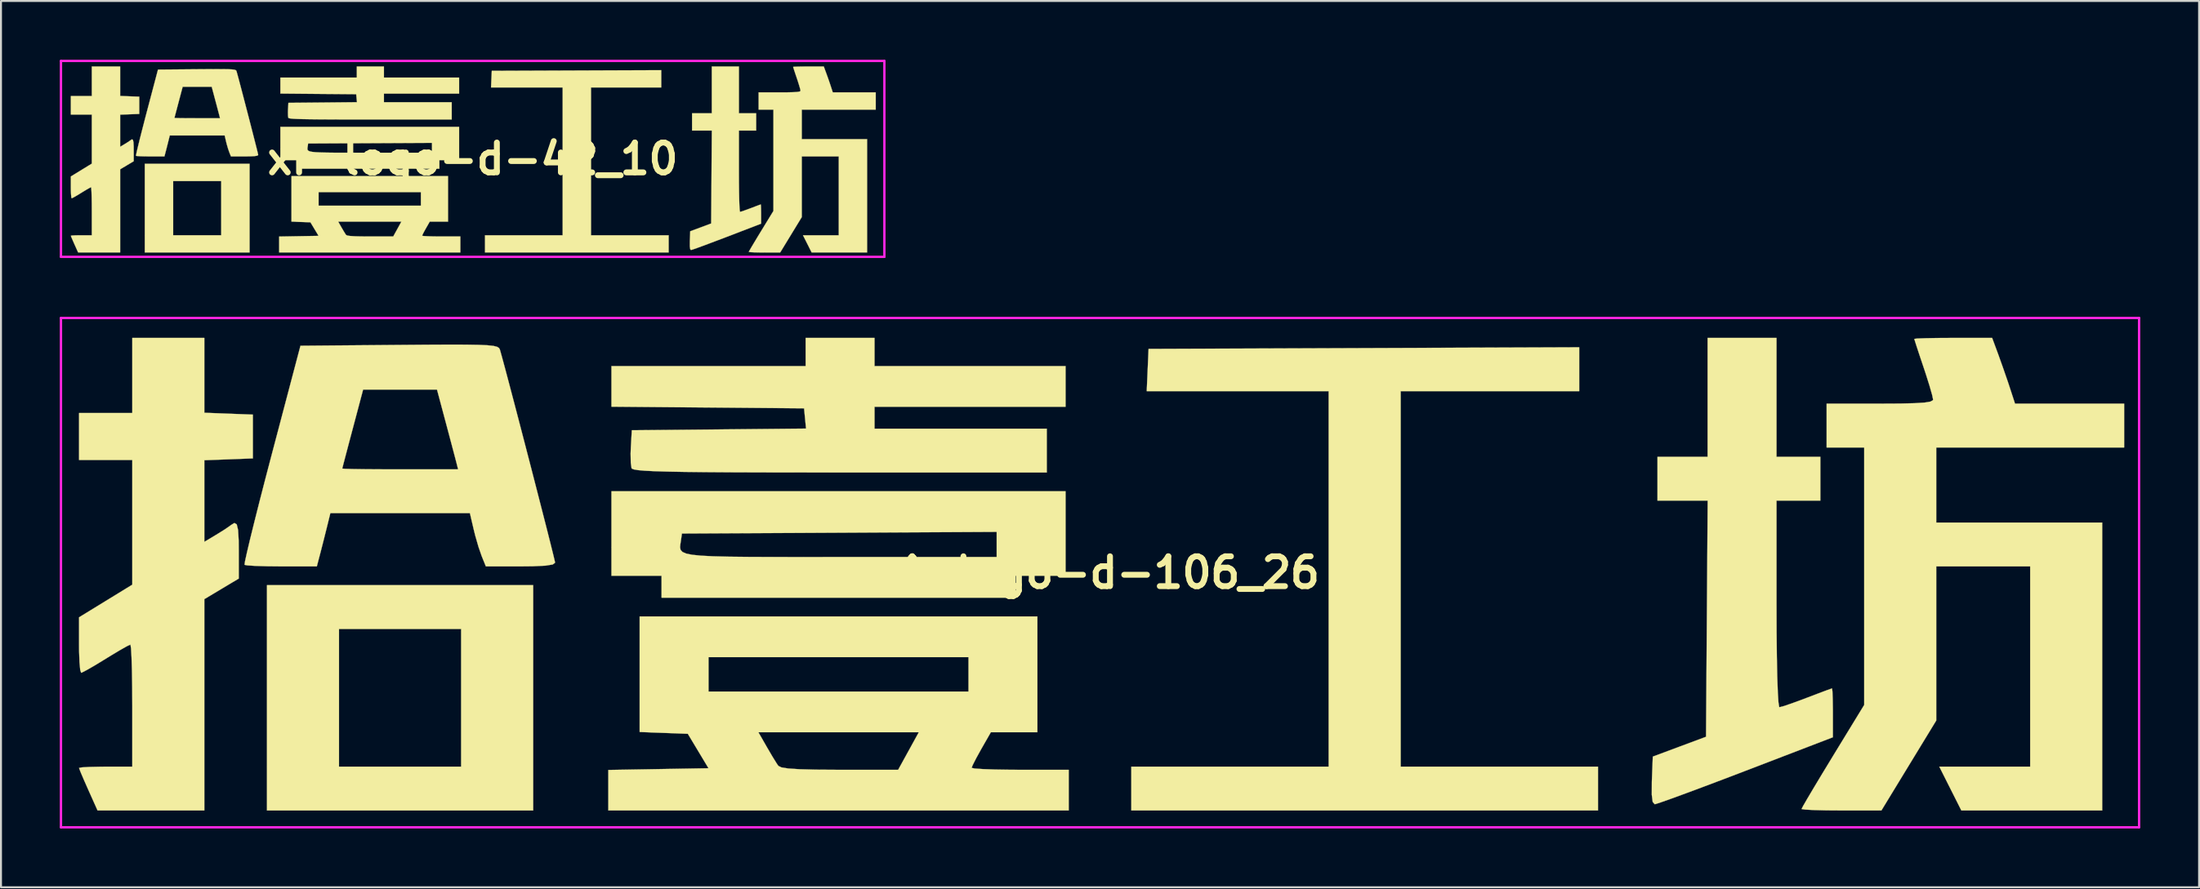
<source format=kicad_pcb>
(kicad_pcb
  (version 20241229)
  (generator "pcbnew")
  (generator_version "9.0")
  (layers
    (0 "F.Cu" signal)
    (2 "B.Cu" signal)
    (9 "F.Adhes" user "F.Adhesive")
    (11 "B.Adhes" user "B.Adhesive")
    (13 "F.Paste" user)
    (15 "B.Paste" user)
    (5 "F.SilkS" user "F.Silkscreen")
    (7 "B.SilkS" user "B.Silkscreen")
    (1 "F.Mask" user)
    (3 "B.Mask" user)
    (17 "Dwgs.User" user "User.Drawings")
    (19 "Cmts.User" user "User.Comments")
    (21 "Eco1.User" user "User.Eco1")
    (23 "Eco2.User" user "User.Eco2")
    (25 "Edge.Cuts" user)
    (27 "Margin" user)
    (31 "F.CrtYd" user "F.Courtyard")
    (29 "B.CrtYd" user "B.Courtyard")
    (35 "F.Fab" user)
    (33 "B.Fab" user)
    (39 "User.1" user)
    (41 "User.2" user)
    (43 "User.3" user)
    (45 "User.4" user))
  (footprint "xi-logo-d-106_26"
    (layer "F.Cu")
    (at 53.06 26.18)
    (property "Reference" "xi-logo-d-106_26" (at 0 0 0) (layer "F.SilkS") (effects (font (size 1.524 1.524) (thickness 0.3))))
    (attr through_hole)
    (fp_poly (pts (xy -28.914 12.141) (xy -42.493 12.141) (xy -42.493 2.875) (xy -38.819 2.875) (xy -38.819 9.904) (xy -32.589 9.904) (xy -32.589 2.875) (xy -38.819 2.875) (xy -42.493 2.875) (xy -42.493 0.639) (xy -28.914 0.639) (xy -28.914 12.141)) (stroke (width 0.01) (type solid)) (fill yes) (layer "F.SilkS"))
    (fp_poly (pts (xy 24.442 -9.265) (xy 15.336 -9.265) (xy 15.336 9.904) (xy 25.4 9.904) (xy 25.4 12.141) (xy 1.597 12.141) (xy 1.597 9.904) (xy 11.662 9.904) (xy 11.662 -9.265) (xy 2.382 -9.265) (xy 2.429 -10.344) (xy 2.476 -11.422) (xy 13.459 -11.463) (xy 24.442 -11.504) (xy 24.442 -9.265)) (stroke (width 0.01) (type solid)) (fill yes) (layer "F.SilkS"))
    (fp_poly (pts (xy -1.757 0.16) (xy -4.313 0.16) (xy -4.313 1.278) (xy -22.365 1.278) (xy -22.365 0.16) (xy -24.921 0.16) (xy -24.921 -1.287) (xy -21.421 -1.287) (xy -21.393 -1.159) (xy -21.298 -1.056) (xy -21.112 -0.974) (xy -20.809 -0.912) (xy -20.363 -0.867) (xy -19.75 -0.835) (xy -18.944 -0.815) (xy -17.921 -0.804) (xy -16.653 -0.799) (xy -15.118 -0.798) (xy -13.288 -0.799) (xy -5.272 -0.799) (xy -5.272 -2.08) (xy -13.299 -2.038) (xy -21.326 -1.997) (xy -21.379 -1.626) (xy -21.408 -1.442) (xy -21.421 -1.287) (xy -24.921 -1.287) (xy -24.921 -4.153) (xy -1.757 -4.153) (xy -1.757 0.16)) (stroke (width 0.01) (type solid)) (fill yes) (layer "F.SilkS"))
    (fp_poly (pts (xy -11.502 -10.543) (xy -1.757 -10.543) (xy -1.757 -8.467) (xy -11.502 -8.467) (xy -11.502 -7.348) (xy -2.716 -7.348) (xy -2.716 -5.112) (xy -13.264 -5.112) (xy -15.406 -5.113) (xy -17.249 -5.116) (xy -18.814 -5.121) (xy -20.123 -5.13) (xy -21.197 -5.142) (xy -22.057 -5.158) (xy -22.724 -5.178) (xy -23.218 -5.202) (xy -23.561 -5.232) (xy -23.775 -5.268) (xy -23.879 -5.309) (xy -23.896 -5.331) (xy -23.935 -5.607) (xy -23.944 -6.075) (xy -23.931 -6.409) (xy -23.882 -7.269) (xy -19.439 -7.311) (xy -14.996 -7.354) (xy -15.096 -8.387) (xy -24.921 -8.471) (xy -24.921 -10.543) (xy -15.016 -10.543) (xy -15.016 -11.981) (xy -11.502 -11.981) (xy -11.502 -10.543)) (stroke (width 0.01) (type solid)) (fill yes) (layer "F.SilkS"))
    (fp_poly (pts (xy -3.195 8.147) (xy -5.568 8.147) (xy -6.059 9.005) (xy -6.316 9.471) (xy -6.494 9.821) (xy -6.55 9.964) (xy -6.399 9.998) (xy -5.983 10.027) (xy -5.356 10.05) (xy -4.573 10.062) (xy -4.074 10.064) (xy -1.597 10.064) (xy -1.597 12.141) (xy -25.081 12.141) (xy -25.081 10.072) (xy -22.526 10.028) (xy -19.971 9.984) (xy -20.498 9.106) (xy -21.026 8.227) (xy -22.254 8.18) (xy -23.129 8.147) (xy -17.426 8.147) (xy -16.992 8.906) (xy -16.721 9.37) (xy -16.495 9.735) (xy -16.407 9.864) (xy -16.253 9.941) (xy -15.904 9.997) (xy -15.328 10.035) (xy -14.496 10.057) (xy -13.377 10.064) (xy -13.276 10.064) (xy -10.298 10.064) (xy -9.771 9.106) (xy -9.244 8.147) (xy -17.426 8.147) (xy -23.129 8.147) (xy -23.483 8.134) (xy -23.483 4.313) (xy -19.969 4.313) (xy -19.969 6.07) (xy -6.709 6.07) (xy -6.709 4.313) (xy -19.969 4.313) (xy -23.483 4.313) (xy -23.483 2.236) (xy -3.195 2.236) (xy -3.195 8.147)) (stroke (width 0.01) (type solid)) (fill yes) (layer "F.SilkS"))
    (fp_poly (pts (xy 34.506 -5.911) (xy 36.742 -5.911) (xy 36.742 -3.674) (xy 34.506 -3.674) (xy 34.506 1.597) (xy 34.51 3.025) (xy 34.523 4.266) (xy 34.543 5.294) (xy 34.571 6.085) (xy 34.604 6.615) (xy 34.643 6.856) (xy 34.655 6.869) (xy 34.865 6.815) (xy 35.291 6.671) (xy 35.855 6.464) (xy 36.049 6.39) (xy 36.623 6.171) (xy 37.068 6.004) (xy 37.313 5.917) (xy 37.338 5.911) (xy 37.358 6.058) (xy 37.373 6.448) (xy 37.381 7.004) (xy 37.381 7.157) (xy 37.381 8.403) (xy 32.932 10.112) (xy 31.804 10.543) (xy 30.768 10.934) (xy 29.864 11.271) (xy 29.129 11.54) (xy 28.603 11.726) (xy 28.324 11.816) (xy 28.293 11.821) (xy 28.19 11.705) (xy 28.143 11.336) (xy 28.146 10.683) (xy 28.149 10.606) (xy 28.196 9.39) (xy 29.553 8.884) (xy 30.911 8.378) (xy 30.953 2.352) (xy 30.995 -3.674) (xy 28.435 -3.674) (xy 28.435 -5.911) (xy 30.991 -5.911) (xy 30.991 -11.981) (xy 34.506 -11.981) (xy 34.506 -5.911)) (stroke (width 0.01) (type solid)) (fill yes) (layer "F.SilkS"))
    (fp_poly (pts (xy 45.815 -11.142) (xy 46.057 -10.464) (xy 46.309 -9.734) (xy 46.398 -9.465) (xy 46.672 -8.626) (xy 52.238 -8.626) (xy 52.238 -6.39) (xy 42.653 -6.39) (xy 42.653 -2.556) (xy 51.119 -2.556) (xy 51.119 12.141) (xy 43.935 12.141) (xy 42.809 9.904) (xy 47.445 9.904) (xy 47.445 -0.319) (xy 42.653 -0.319) (xy 42.653 7.55) (xy 41.255 9.844) (xy 39.857 12.139) (xy 37.82 12.14) (xy 37.056 12.135) (xy 36.422 12.119) (xy 35.979 12.096) (xy 35.787 12.068) (xy 35.784 12.063) (xy 35.863 11.909) (xy 36.084 11.526) (xy 36.421 10.957) (xy 36.849 10.245) (xy 37.341 9.435) (xy 37.381 9.369) (xy 38.979 6.752) (xy 38.979 -6.39) (xy 37.062 -6.39) (xy 37.062 -8.626) (xy 39.777 -8.626) (xy 40.809 -8.631) (xy 41.559 -8.649) (xy 42.063 -8.681) (xy 42.358 -8.731) (xy 42.483 -8.801) (xy 42.493 -8.836) (xy 42.444 -9.072) (xy 42.313 -9.531) (xy 42.124 -10.132) (xy 42.014 -10.464) (xy 41.806 -11.084) (xy 41.644 -11.577) (xy 41.549 -11.876) (xy 41.535 -11.931) (xy 41.684 -11.95) (xy 42.093 -11.966) (xy 42.699 -11.977) (xy 43.443 -11.981) (xy 43.52 -11.981) (xy 45.505 -11.981) (xy 45.815 -11.142)) (stroke (width 0.01) (type solid)) (fill yes) (layer "F.SilkS"))
    (fp_poly (pts (xy -45.688 -8.161) (xy -44.45 -8.114) (xy -43.212 -8.067) (xy -43.212 -5.831) (xy -44.45 -5.784) (xy -45.688 -5.738) (xy -45.688 -1.571) (xy -45.089 -1.93) (xy -44.684 -2.181) (xy -44.392 -2.38) (xy -44.338 -2.422) (xy -44.156 -2.535) (xy -44.035 -2.465) (xy -43.966 -2.175) (xy -43.935 -1.627) (xy -43.931 -1.127) (xy -43.931 0.302) (xy -44.809 0.827) (xy -45.688 1.353) (xy -45.688 12.141) (xy -51.133 12.141) (xy -51.605 11.088) (xy -51.836 10.565) (xy -52.005 10.168) (xy -52.077 9.975) (xy -52.078 9.969) (xy -51.93 9.94) (xy -51.537 9.918) (xy -50.97 9.906) (xy -50.72 9.904) (xy -49.362 9.904) (xy -49.362 6.789) (xy -49.367 5.831) (xy -49.38 4.992) (xy -49.401 4.321) (xy -49.426 3.867) (xy -49.456 3.677) (xy -49.46 3.674) (xy -49.632 3.753) (xy -50.004 3.964) (xy -50.508 4.267) (xy -50.712 4.393) (xy -51.248 4.72) (xy -51.679 4.969) (xy -51.935 5.101) (xy -51.972 5.112) (xy -52.019 4.964) (xy -52.055 4.569) (xy -52.076 3.998) (xy -52.078 3.696) (xy -52.078 2.28) (xy -50.72 1.447) (xy -49.362 0.614) (xy -49.362 -5.751) (xy -52.078 -5.751) (xy -52.078 -8.147) (xy -49.362 -8.147) (xy -49.362 -11.981) (xy -45.688 -11.981) (xy -45.688 -8.161)) (stroke (width 0.01) (type solid)) (fill yes) (layer "F.SilkS"))
    (fp_poly (pts (xy -32.348 -11.638) (xy -31.702 -11.627) (xy -31.243 -11.606) (xy -30.937 -11.573) (xy -30.753 -11.527) (xy -30.655 -11.466) (xy -30.613 -11.388) (xy -30.611 -11.384) (xy -30.509 -11.018) (xy -30.346 -10.416) (xy -30.135 -9.62) (xy -29.886 -8.675) (xy -29.611 -7.624) (xy -29.321 -6.509) (xy -29.027 -5.375) (xy -28.741 -4.265) (xy -28.473 -3.221) (xy -28.234 -2.287) (xy -28.037 -1.507) (xy -27.892 -0.923) (xy -27.81 -0.58) (xy -27.796 -0.507) (xy -27.916 -0.416) (xy -28.29 -0.356) (xy -28.944 -0.325) (xy -29.562 -0.319) (xy -31.327 -0.319) (xy -31.538 -0.839) (xy -31.701 -1.308) (xy -31.873 -1.906) (xy -31.945 -2.197) (xy -32.141 -3.035) (xy -39.26 -3.035) (xy -39.447 -2.276) (xy -39.599 -1.67) (xy -39.751 -1.075) (xy -39.792 -0.919) (xy -39.949 -0.319) (xy -41.754 -0.319) (xy -42.48 -0.326) (xy -43.081 -0.344) (xy -43.489 -0.37) (xy -43.636 -0.398) (xy -43.615 -0.565) (xy -43.519 -1.005) (xy -43.359 -1.684) (xy -43.141 -2.566) (xy -42.876 -3.617) (xy -42.571 -4.801) (xy -42.437 -5.312) (xy -38.654 -5.312) (xy -38.504 -5.299) (xy -38.084 -5.288) (xy -37.444 -5.279) (xy -36.634 -5.274) (xy -35.702 -5.272) (xy -32.742 -5.272) (xy -32.833 -5.631) (xy -32.911 -5.93) (xy -33.05 -6.456) (xy -33.228 -7.127) (xy -33.372 -7.668) (xy -33.82 -9.345) (xy -37.588 -9.345) (xy -38.118 -7.348) (xy -38.317 -6.599) (xy -38.482 -5.972) (xy -38.599 -5.526) (xy -38.652 -5.319) (xy -38.654 -5.312) (xy -42.437 -5.312) (xy -42.249 -6.029) (xy -40.784 -11.582) (xy -35.739 -11.624) (xy -34.334 -11.635) (xy -33.214 -11.64) (xy -32.348 -11.638)) (stroke (width 0.01) (type solid)) (fill yes) (layer "F.SilkS"))
    (fp_line (start -53 -13) (end -53 13) (stroke (width 0.12) (type solid)) (layer "F.CrtYd"))
    (fp_line (start -53 13) (end 53 13) (stroke (width 0.12) (type solid)) (layer "F.CrtYd"))
    (fp_line (start 53 -13) (end -53 -13) (stroke (width 0.12) (type solid)) (layer "F.CrtYd"))
    (fp_line (start 53 13) (end 53 -13) (stroke (width 0.12) (type solid)) (layer "F.CrtYd")))
  (footprint "xi-logo-d-42_10"
    (layer "F.Cu")
    (at 21.06 5.06)
    (property "Reference" "xi-logo-d-42_10" (at 0 0 0) (layer "F.SilkS") (effects (font (size 1.524 1.524) (thickness 0.3))))
    (attr through_hole)
    (fp_poly (pts (xy -11.38 4.778) (xy -16.724 4.778) (xy -16.724 1.132) (xy -15.278 1.132) (xy -15.278 3.898) (xy -12.826 3.898) (xy -12.826 1.132) (xy -15.278 1.132) (xy -16.724 1.132) (xy -16.724 0.251) (xy -11.38 0.251) (xy -11.38 4.778)) (stroke (width 0.01) (type solid)) (fill yes) (layer "F.SilkS"))
    (fp_poly (pts (xy 9.619 -3.647) (xy 6.036 -3.647) (xy 6.036 3.898) (xy 9.997 3.898) (xy 9.997 4.778) (xy 0.629 4.778) (xy 0.629 3.898) (xy 4.59 3.898) (xy 4.59 -3.647) (xy 0.937 -3.647) (xy 0.956 -4.071) (xy 0.975 -4.495) (xy 9.619 -4.528) (xy 9.619 -3.647)) (stroke (width 0.01) (type solid)) (fill yes) (layer "F.SilkS"))
    (fp_poly (pts (xy -0.692 0.063) (xy -1.698 0.063) (xy -1.698 0.503) (xy -8.802 0.503) (xy -8.802 0.063) (xy -9.808 0.063) (xy -9.808 -0.506) (xy -8.43 -0.506) (xy -8.419 -0.456) (xy -8.382 -0.416) (xy -8.309 -0.384) (xy -8.19 -0.359) (xy -8.014 -0.341) (xy -7.773 -0.329) (xy -7.456 -0.321) (xy -7.053 -0.316) (xy -6.554 -0.315) (xy -5.95 -0.314) (xy -5.23 -0.314) (xy -2.075 -0.314) (xy -2.075 -0.818) (xy -5.234 -0.802) (xy -8.393 -0.786) (xy -8.414 -0.64) (xy -8.425 -0.567) (xy -8.43 -0.506) (xy -9.808 -0.506) (xy -9.808 -1.635) (xy -0.692 -1.635) (xy -0.692 0.063)) (stroke (width 0.01) (type solid)) (fill yes) (layer "F.SilkS"))
    (fp_poly (pts (xy -4.527 -4.15) (xy -0.692 -4.15) (xy -0.692 -3.332) (xy -4.527 -3.332) (xy -4.527 -2.892) (xy -1.069 -2.892) (xy -1.069 -2.012) (xy -5.22 -2.012) (xy -6.063 -2.012) (xy -6.788 -2.013) (xy -7.405 -2.016) (xy -7.92 -2.019) (xy -8.343 -2.024) (xy -8.681 -2.03) (xy -8.943 -2.038) (xy -9.138 -2.047) (xy -9.273 -2.059) (xy -9.357 -2.073) (xy -9.398 -2.09) (xy -9.405 -2.098) (xy -9.42 -2.207) (xy -9.423 -2.391) (xy -9.419 -2.522) (xy -9.399 -2.861) (xy -7.651 -2.877) (xy -5.902 -2.894) (xy -5.922 -3.097) (xy -5.941 -3.301) (xy -7.875 -3.317) (xy -9.808 -3.334) (xy -9.808 -4.15) (xy -5.91 -4.15) (xy -5.91 -4.715) (xy -4.527 -4.715) (xy -4.527 -4.15)) (stroke (width 0.01) (type solid)) (fill yes) (layer "F.SilkS"))
    (fp_poly (pts (xy 13.58 -2.326) (xy 14.46 -2.326) (xy 14.46 -1.446) (xy 13.58 -1.446) (xy 13.58 0.629) (xy 13.582 1.191) (xy 13.587 1.679) (xy 13.595 2.084) (xy 13.606 2.395) (xy 13.619 2.603) (xy 13.634 2.698) (xy 13.639 2.703) (xy 13.722 2.682) (xy 13.889 2.625) (xy 14.111 2.544) (xy 14.188 2.515) (xy 14.414 2.429) (xy 14.589 2.363) (xy 14.685 2.329) (xy 14.695 2.326) (xy 14.703 2.384) (xy 14.709 2.538) (xy 14.712 2.756) (xy 14.712 2.817) (xy 14.712 3.307) (xy 12.961 3.98) (xy 12.517 4.149) (xy 12.109 4.303) (xy 11.753 4.436) (xy 11.464 4.542) (xy 11.257 4.615) (xy 11.147 4.65) (xy 11.135 4.652) (xy 11.095 4.607) (xy 11.076 4.461) (xy 11.077 4.205) (xy 11.078 4.174) (xy 11.097 3.695) (xy 12.166 3.297) (xy 12.199 -1.446) (xy 11.191 -1.446) (xy 11.191 -2.326) (xy 12.197 -2.326) (xy 12.197 -4.715) (xy 13.58 -4.715) (xy 13.58 -2.326)) (stroke (width 0.01) (type solid)) (fill yes) (layer "F.SilkS"))
    (fp_poly (pts (xy -1.257 3.206) (xy -2.191 3.206) (xy -2.384 3.544) (xy -2.486 3.727) (xy -2.556 3.865) (xy -2.578 3.921) (xy -2.518 3.935) (xy -2.355 3.946) (xy -2.108 3.955) (xy -1.8 3.96) (xy -1.603 3.961) (xy -0.629 3.961) (xy -0.629 4.778) (xy -9.871 4.778) (xy -9.871 3.964) (xy -7.86 3.929) (xy -8.067 3.584) (xy -8.275 3.238) (xy -8.759 3.22) (xy -9.103 3.206) (xy -6.858 3.206) (xy -6.688 3.505) (xy -6.581 3.688) (xy -6.492 3.831) (xy -6.457 3.882) (xy -6.397 3.912) (xy -6.259 3.934) (xy -6.033 3.949) (xy -5.705 3.958) (xy -5.265 3.961) (xy -5.225 3.961) (xy -4.053 3.961) (xy -3.845 3.584) (xy -3.638 3.206) (xy -6.858 3.206) (xy -9.103 3.206) (xy -9.242 3.201) (xy -9.242 1.698) (xy -7.859 1.698) (xy -7.859 2.389) (xy -2.641 2.389) (xy -2.641 1.698) (xy -7.859 1.698) (xy -9.242 1.698) (xy -9.242 0.88) (xy -1.257 0.88) (xy -1.257 3.206)) (stroke (width 0.01) (type solid)) (fill yes) (layer "F.SilkS"))
    (fp_poly (pts (xy 18.031 -4.385) (xy 18.127 -4.118) (xy 18.226 -3.831) (xy 18.261 -3.725) (xy 18.369 -3.395) (xy 20.559 -3.395) (xy 20.559 -2.515) (xy 16.787 -2.515) (xy 16.787 -1.006) (xy 20.119 -1.006) (xy 20.119 4.778) (xy 17.291 4.778) (xy 17.07 4.338) (xy 16.848 3.898) (xy 18.673 3.898) (xy 18.673 -0.126) (xy 16.787 -0.126) (xy 16.787 2.971) (xy 15.686 4.777) (xy 14.885 4.778) (xy 14.584 4.776) (xy 14.334 4.77) (xy 14.16 4.761) (xy 14.085 4.749) (xy 14.083 4.748) (xy 14.114 4.687) (xy 14.201 4.536) (xy 14.334 4.312) (xy 14.502 4.032) (xy 14.696 3.713) (xy 14.712 3.687) (xy 15.341 2.657) (xy 15.341 -2.515) (xy 14.586 -2.515) (xy 14.586 -3.395) (xy 15.655 -3.395) (xy 16.061 -3.397) (xy 16.356 -3.404) (xy 16.554 -3.416) (xy 16.671 -3.436) (xy 16.72 -3.464) (xy 16.724 -3.478) (xy 16.705 -3.571) (xy 16.653 -3.751) (xy 16.579 -3.988) (xy 16.535 -4.118) (xy 16.453 -4.362) (xy 16.389 -4.556) (xy 16.352 -4.674) (xy 16.347 -4.696) (xy 16.405 -4.703) (xy 16.566 -4.709) (xy 16.805 -4.714) (xy 17.098 -4.715) (xy 17.128 -4.715) (xy 17.909 -4.715) (xy 18.031 -4.385)) (stroke (width 0.01) (type solid)) (fill yes) (layer "F.SilkS"))
    (fp_poly (pts (xy -17.981 -3.212) (xy -17.494 -3.193) (xy -17.007 -3.175) (xy -17.007 -2.295) (xy -17.494 -2.276) (xy -17.981 -2.258) (xy -17.981 -0.618) (xy -17.745 -0.759) (xy -17.586 -0.858) (xy -17.471 -0.936) (xy -17.45 -0.953) (xy -17.378 -0.998) (xy -17.331 -0.97) (xy -17.303 -0.856) (xy -17.291 -0.64) (xy -17.29 -0.444) (xy -17.29 0.119) (xy -17.635 0.326) (xy -17.981 0.532) (xy -17.981 4.778) (xy -20.124 4.778) (xy -20.31 4.364) (xy -20.401 4.158) (xy -20.467 4.002) (xy -20.496 3.926) (xy -20.496 3.924) (xy -20.438 3.912) (xy -20.283 3.903) (xy -20.06 3.898) (xy -19.962 3.898) (xy -19.427 3.898) (xy -19.427 2.672) (xy -19.429 2.295) (xy -19.434 1.965) (xy -19.442 1.701) (xy -19.452 1.522) (xy -19.464 1.447) (xy -19.466 1.446) (xy -19.533 1.477) (xy -19.68 1.56) (xy -19.878 1.679) (xy -19.958 1.729) (xy -20.169 1.858) (xy -20.339 1.956) (xy -20.44 2.008) (xy -20.454 2.012) (xy -20.473 1.954) (xy -20.487 1.798) (xy -20.495 1.573) (xy -20.496 1.455) (xy -20.496 0.897) (xy -19.427 0.242) (xy -19.427 -2.263) (xy -20.496 -2.263) (xy -20.496 -3.206) (xy -19.427 -3.206) (xy -19.427 -4.715) (xy -17.981 -4.715) (xy -17.981 -3.212)) (stroke (width 0.01) (type solid)) (fill yes) (layer "F.SilkS"))
    (fp_poly (pts (xy -12.731 -4.58) (xy -12.477 -4.576) (xy -12.296 -4.568) (xy -12.176 -4.555) (xy -12.103 -4.537) (xy -12.065 -4.512) (xy -12.048 -4.482) (xy -12.048 -4.48) (xy -12.007 -4.336) (xy -11.943 -4.099) (xy -11.86 -3.786) (xy -11.762 -3.414) (xy -11.654 -3) (xy -11.54 -2.562) (xy -11.424 -2.116) (xy -11.311 -1.678) (xy -11.206 -1.268) (xy -11.112 -0.9) (xy -11.034 -0.593) (xy -10.977 -0.363) (xy -10.945 -0.228) (xy -10.94 -0.199) (xy -10.987 -0.164) (xy -11.134 -0.14) (xy -11.391 -0.128) (xy -11.634 -0.126) (xy -12.329 -0.126) (xy -12.412 -0.33) (xy -12.476 -0.515) (xy -12.544 -0.75) (xy -12.573 -0.864) (xy -12.65 -1.195) (xy -15.451 -1.195) (xy -15.525 -0.896) (xy -15.585 -0.657) (xy -15.645 -0.423) (xy -15.661 -0.362) (xy -15.723 -0.126) (xy -16.433 -0.126) (xy -16.719 -0.128) (xy -16.955 -0.135) (xy -17.116 -0.146) (xy -17.174 -0.156) (xy -17.165 -0.222) (xy -17.128 -0.396) (xy -17.064 -0.663) (xy -16.979 -1.01) (xy -16.874 -1.423) (xy -16.754 -1.889) (xy -16.702 -2.09) (xy -15.213 -2.09) (xy -15.154 -2.086) (xy -14.989 -2.081) (xy -14.737 -2.078) (xy -14.418 -2.076) (xy -14.051 -2.075) (xy -12.886 -2.075) (xy -12.922 -2.216) (xy -12.953 -2.334) (xy -13.007 -2.541) (xy -13.077 -2.805) (xy -13.134 -3.018) (xy -13.31 -3.678) (xy -14.793 -3.678) (xy -15.002 -2.892) (xy -15.08 -2.597) (xy -15.145 -2.35) (xy -15.191 -2.175) (xy -15.212 -2.093) (xy -15.213 -2.09) (xy -16.702 -2.09) (xy -16.628 -2.373) (xy -16.051 -4.558) (xy -14.066 -4.575) (xy -13.512 -4.579) (xy -13.072 -4.581) (xy -12.731 -4.58)) (stroke (width 0.01) (type solid)) (fill yes) (layer "F.SilkS"))
    (fp_line (start -21 -5) (end -21 5) (stroke (width 0.12) (type solid)) (layer "F.CrtYd"))
    (fp_line (start -21 5) (end 21 5) (stroke (width 0.12) (type solid)) (layer "F.CrtYd"))
    (fp_line (start 21 -5) (end -21 -5) (stroke (width 0.12) (type solid)) (layer "F.CrtYd"))
    (fp_line (start 21 5) (end 21 -5) (stroke (width 0.12) (type solid)) (layer "F.CrtYd")))
  (gr_rect
    (start -3 -3)
    (end 109.12 42.24)
    (stroke (width 0.1) (type default))
    (fill no)
    (layer "Edge.Cuts")))
</source>
